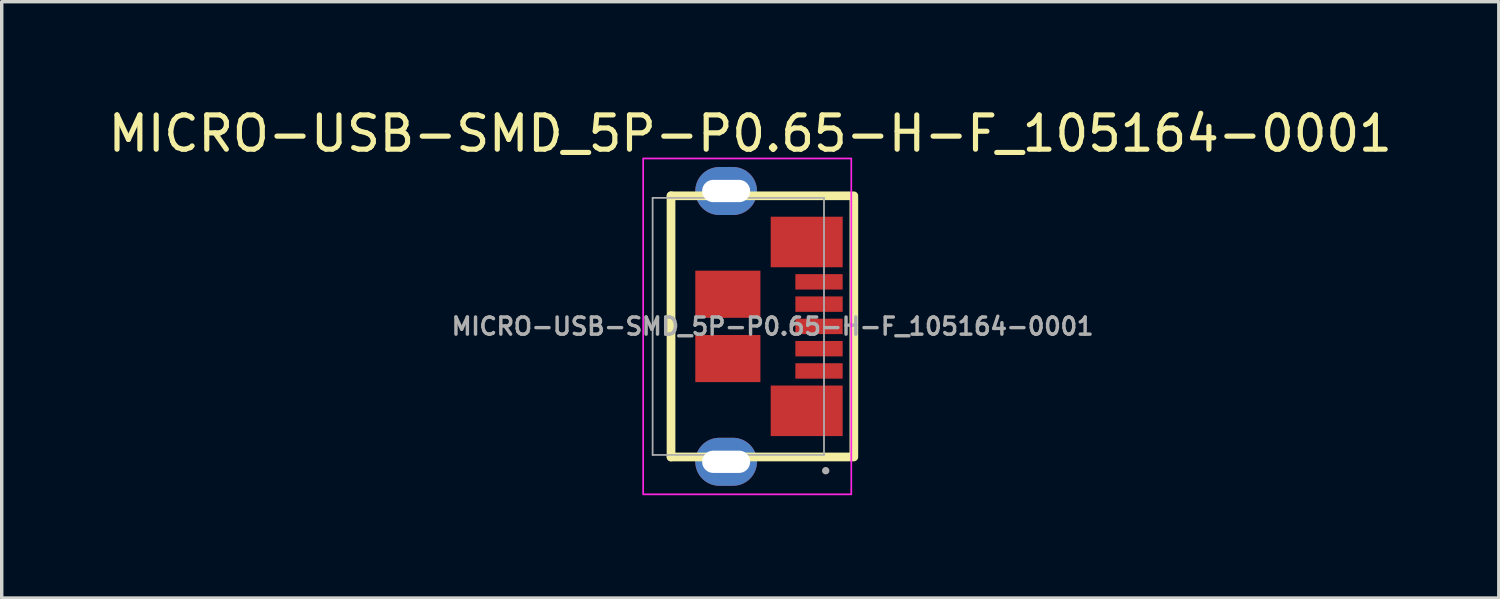
<source format=kicad_pcb>
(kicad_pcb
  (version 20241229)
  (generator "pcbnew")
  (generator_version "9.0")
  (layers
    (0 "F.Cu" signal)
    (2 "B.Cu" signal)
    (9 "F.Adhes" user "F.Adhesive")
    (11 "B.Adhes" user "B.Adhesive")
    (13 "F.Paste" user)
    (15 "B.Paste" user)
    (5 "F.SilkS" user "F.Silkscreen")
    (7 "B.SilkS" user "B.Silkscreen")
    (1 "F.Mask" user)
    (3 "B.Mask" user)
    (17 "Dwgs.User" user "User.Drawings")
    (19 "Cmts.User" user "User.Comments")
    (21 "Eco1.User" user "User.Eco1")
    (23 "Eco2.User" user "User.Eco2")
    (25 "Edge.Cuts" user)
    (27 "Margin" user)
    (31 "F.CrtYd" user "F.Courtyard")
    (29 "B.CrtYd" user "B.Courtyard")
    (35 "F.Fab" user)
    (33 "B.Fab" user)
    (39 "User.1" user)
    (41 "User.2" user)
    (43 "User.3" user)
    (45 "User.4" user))
  (footprint "MICRO-USB-SMD_5P-P0.65-H-F_105164-0001"
    (layer "F.Cu")
    (at 19.491 6.473)
    (property "Reference" "MICRO-USB-SMD_5P-P0.65-H-F_105164-0001" (at -0.651 -5.625 0) (layer "F.SilkS") (effects (font (size 1 1) (thickness 0.15))))
    (fp_line (start -2.963 -3.81) (end -2.963 3.81) (stroke (width 0.254) (type default)) (layer "F.SilkS"))
    (fp_line (start -2.963 3.81) (end 2.371 3.81) (stroke (width 0.254) (type default)) (layer "F.SilkS"))
    (fp_line (start 2.371 -3.81) (end -2.963 -3.81) (stroke (width 0.254) (type default)) (layer "F.SilkS"))
    (fp_line (start 2.371 3.75) (end 2.371 -3.75) (stroke (width 0.254) (type default)) (layer "F.SilkS"))
    (fp_poly (pts (xy -2.255 -1.625) (xy -0.354 -1.625) (xy -0.354 -0.251) (xy -2.255 -0.251)) (stroke (width 0) (type default)) (fill yes) (layer "F.Paste"))
    (fp_poly (pts (xy -2.255 0.251) (xy -0.354 0.251) (xy -0.354 1.626) (xy -2.255 1.626)) (stroke (width 0) (type default)) (fill yes) (layer "F.Paste"))
    (fp_poly (pts (xy -0.054 -3.2) (xy 2.046 -3.2) (xy 2.046 -1.725) (xy -0.054 -1.725)) (stroke (width 0) (type default)) (fill yes) (layer "F.Paste"))
    (fp_poly (pts (xy -0.054 1.726) (xy 2.046 1.726) (xy 2.046 3.2) (xy -0.054 3.2)) (stroke (width 0) (type default)) (fill yes) (layer "F.Paste"))
    (fp_poly (pts (xy 0.665 -1.525) (xy 2.046 -1.525) (xy 2.046 -1.075) (xy 0.665 -1.075)) (stroke (width 0) (type default)) (fill yes) (layer "F.Paste"))
    (fp_poly (pts (xy 0.665 -0.875) (xy 2.046 -0.875) (xy 2.046 -0.425) (xy 0.665 -0.425)) (stroke (width 0) (type default)) (fill yes) (layer "F.Paste"))
    (fp_poly (pts (xy 0.665 -0.225) (xy 2.046 -0.225) (xy 2.046 0.226) (xy 0.665 0.226)) (stroke (width 0) (type default)) (fill yes) (layer "F.Paste"))
    (fp_poly (pts (xy 0.665 0.425) (xy 2.046 0.425) (xy 2.046 0.875) (xy 0.665 0.875)) (stroke (width 0) (type default)) (fill yes) (layer "F.Paste"))
    (fp_poly (pts (xy 0.665 1.075) (xy 2.046 1.075) (xy 2.046 1.525) (xy 0.665 1.525)) (stroke (width 0) (type default)) (fill yes) (layer "F.Paste"))
    (fp_poly (pts (arc (start -1.5545 -3.2495) (mid -2.250511 -3.9495) (end -1.5545 -4.6495)) (arc (start -1.1545 -4.6495) (mid -0.458489 -3.9495) (end -1.1545 -3.2495))) (stroke (width 0) (type default)) (fill yes) (layer "F.Paste"))
    (fp_poly (pts (arc (start -1.5545 4.65) (mid -2.250511 3.95) (end -1.5545 3.25)) (arc (start -1.1545 3.25) (mid -0.458489 3.95) (end -1.1545 4.65))) (stroke (width 0) (type default)) (fill yes) (layer "F.Paste"))
    (fp_rect (start -3.776 -4.9) (end 2.296 4.9) (stroke (width 0.05) (type default)) (fill no) (layer "F.CrtYd"))
    (fp_line (start -3.5 -3.75) (end 1.5 -3.75) (stroke (width 0.051) (type default)) (layer "F.Fab"))
    (fp_line (start -3.5 3.75) (end -3.5 -3.75) (stroke (width 0.051) (type default)) (layer "F.Fab"))
    (fp_line (start 1.5 -3.75) (end 1.5 3.75) (stroke (width 0.051) (type default)) (layer "F.Fab"))
    (fp_line (start 1.5 3.75) (end -3.5 3.75) (stroke (width 0.051) (type default)) (layer "F.Fab"))
    (fp_poly (pts (xy 1.605 4.187) (xy 1.573 4.155) (xy 1.527 4.155) (xy 1.495 4.187) (xy 1.495 4.233) (xy 1.527 4.265) (xy 1.573 4.265) (xy 1.605 4.233)) (stroke (width 0.1) (type default)) (fill no) (layer "F.Fab"))
    (fp_poly (pts (xy -2.255 -1.625) (xy -0.355 -1.625) (xy -0.355 -0.251) (xy -2.255 -0.251)) (stroke (width 0.1) (type default)) (fill no) (layer "User.1"))
    (fp_poly (pts (xy -2.255 0.251) (xy -0.355 0.251) (xy -0.355 1.625) (xy -2.255 1.625)) (stroke (width 0.1) (type default)) (fill no) (layer "User.1"))
    (fp_poly (pts (xy -1.73 -4.21) (xy -0.98 -4.21) (xy -0.98 -3.69) (xy -1.73 -3.69)) (stroke (width 0.1) (type default)) (fill no) (layer "User.1"))
    (fp_poly (pts (xy -1.73 3.69) (xy -0.98 3.69) (xy -0.98 4.21) (xy -1.73 4.21)) (stroke (width 0.1) (type default)) (fill no) (layer "User.1"))
    (fp_poly (pts (xy 0.458 -3.001) (xy 1.532 -3.001) (xy 1.532 -1.925) (xy 0.458 -1.925)) (stroke (width 0.1) (type default)) (fill no) (layer "User.1"))
    (fp_poly (pts (xy 0.458 1.925) (xy 1.532 1.925) (xy 1.532 3.001) (xy 0.458 3.001)) (stroke (width 0.1) (type default)) (fill no) (layer "User.1"))
    (fp_poly (pts (xy 0.55 -1.425) (xy 1.55 -1.425) (xy 1.55 -1.175) (xy 0.55 -1.175)) (stroke (width 0.1) (type default)) (fill no) (layer "User.1"))
    (fp_poly (pts (xy 0.55 -0.775) (xy 1.55 -0.775) (xy 1.55 -0.525) (xy 0.55 -0.525)) (stroke (width 0.1) (type default)) (fill no) (layer "User.1"))
    (fp_poly (pts (xy 0.55 -0.125) (xy 1.55 -0.125) (xy 1.55 0.125) (xy 0.55 0.125)) (stroke (width 0.1) (type default)) (fill no) (layer "User.1"))
    (fp_poly (pts (xy 0.55 0.525) (xy 1.55 0.525) (xy 1.55 0.775) (xy 0.55 0.775)) (stroke (width 0.1) (type default)) (fill no) (layer "User.1"))
    (fp_poly (pts (xy 0.55 1.175) (xy 1.55 1.175) (xy 1.55 1.425) (xy 0.55 1.425)) (stroke (width 0.1) (type default)) (fill no) (layer "User.1"))
    (fp_text user "${REFERENCE}" (at 0 0 0) (layer "F.Fab") (effects (font (size 0.5 0.5) (thickness 0.1))))
    (pad "1" smd rect (at 1.355 1.3) (size 1.38 0.45) (layers "F.Cu" "F.Mask" "F.Paste"))
    (pad "2" smd rect (at 1.355 0.65) (size 1.38 0.45) (layers "F.Cu" "F.Mask" "F.Paste"))
    (pad "3" smd rect (at 1.355 0) (size 1.38 0.45) (layers "F.Cu" "F.Mask" "F.Paste"))
    (pad "4" smd rect (at 1.355 -0.65) (size 1.38 0.45) (layers "F.Cu" "F.Mask" "F.Paste"))
    (pad "5" smd rect (at 1.355 -1.3) (size 1.38 0.45) (layers "F.Cu" "F.Mask" "F.Paste"))
    (pad "6" thru_hole oval (at -1.355 -3.95) (size 1.8 1.4) (drill oval 1.4 0.65) (layers "*.Cu" "*.Mask"))
    (pad "6" thru_hole oval (at -1.355 3.95) (size 1.8 1.4) (drill oval 1.4 0.65) (layers "*.Cu" "*.Mask"))
    (pad "6" smd rect (at -1.305 -0.938) (size 1.9 1.375) (layers "F.Cu" "F.Mask" "F.Paste"))
    (pad "6" smd rect (at -1.305 0.938) (size 1.9 1.375) (layers "F.Cu" "F.Mask" "F.Paste"))
    (pad "6" smd rect (at 0.995 -2.463) (size 2.1 1.475) (layers "F.Cu" "F.Mask" "F.Paste"))
    (pad "6" smd rect (at 0.995 2.463) (size 2.1 1.475) (layers "F.Cu" "F.Mask" "F.Paste")))
  (gr_rect
    (start -3 -3)
    (end 40.679 14.398)
    (stroke (width 0.1) (type default))
    (fill no)
    (layer "Edge.Cuts")))
</source>
